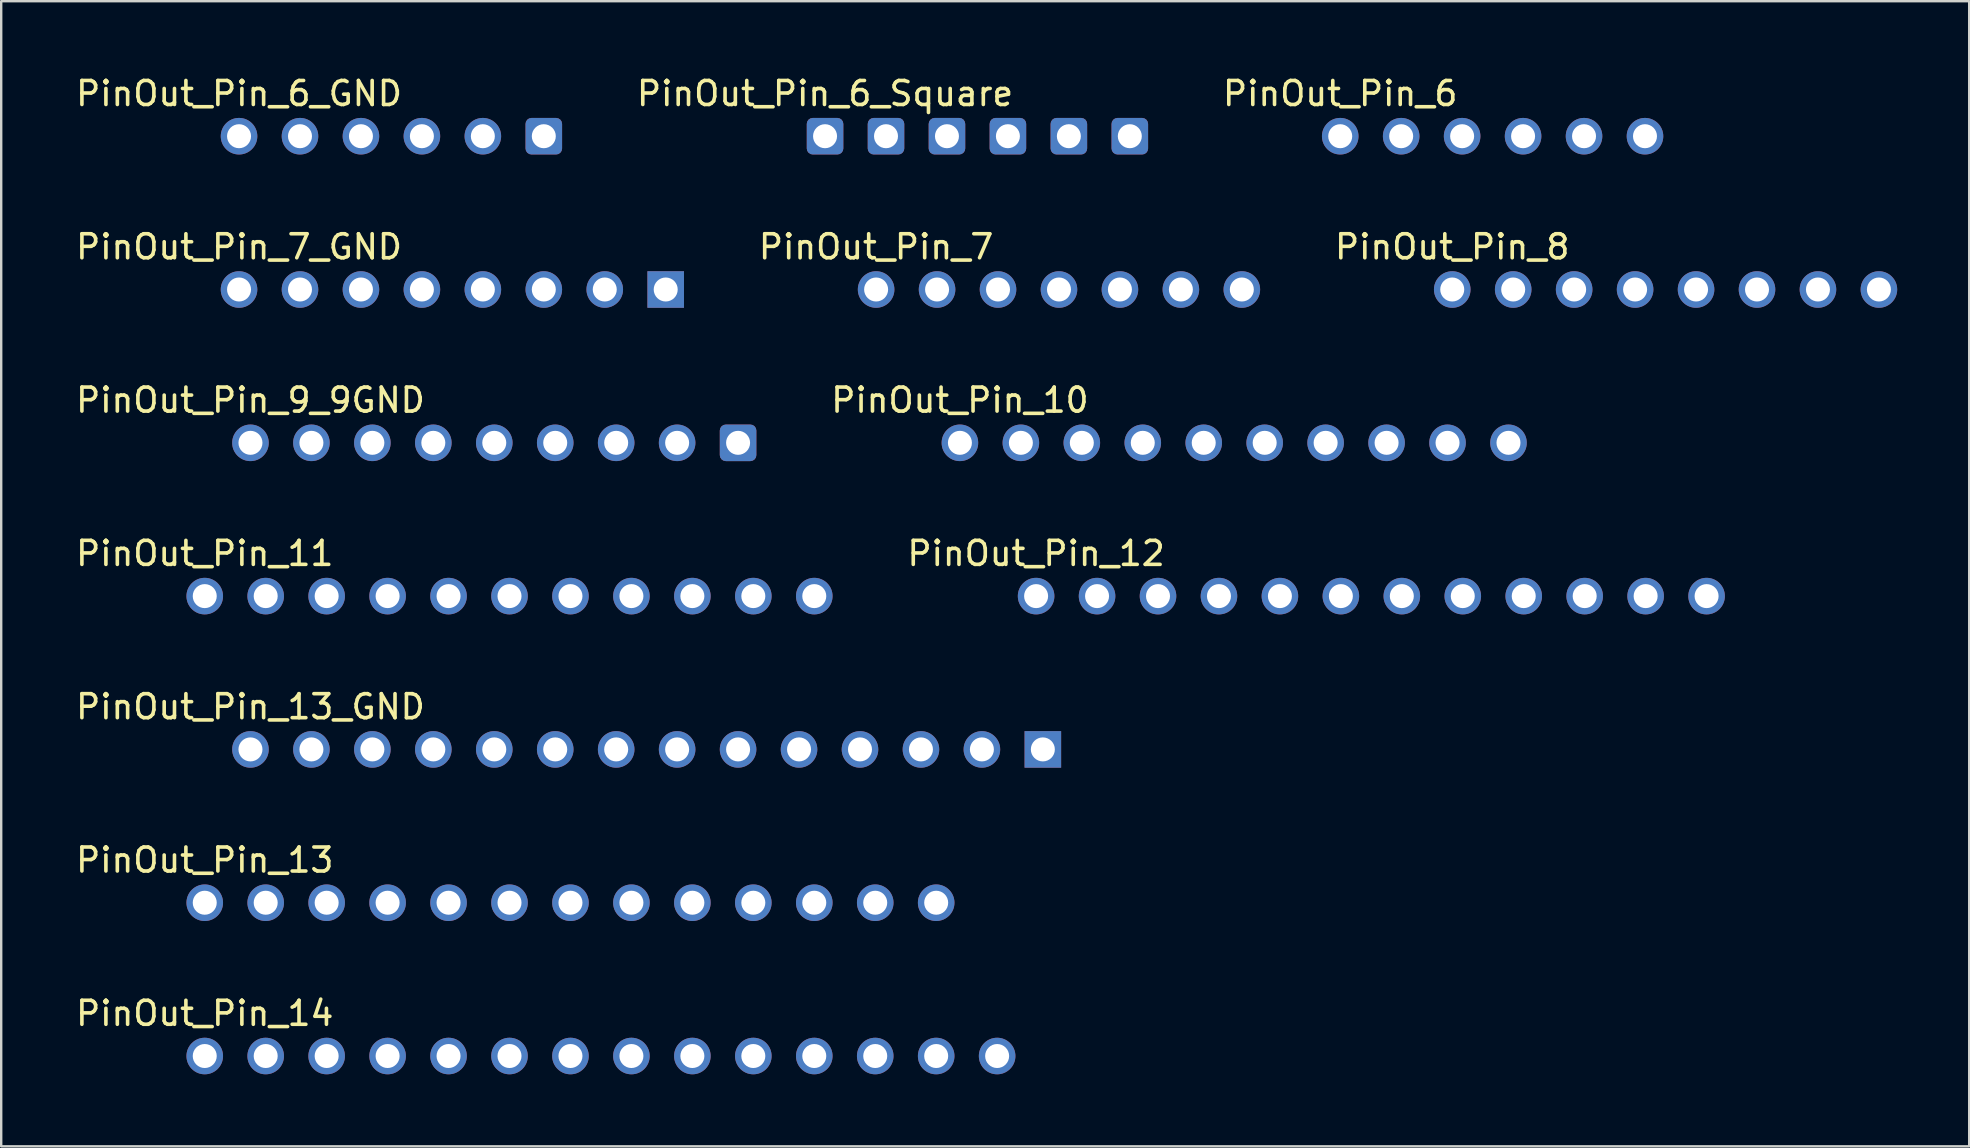
<source format=kicad_pcb>
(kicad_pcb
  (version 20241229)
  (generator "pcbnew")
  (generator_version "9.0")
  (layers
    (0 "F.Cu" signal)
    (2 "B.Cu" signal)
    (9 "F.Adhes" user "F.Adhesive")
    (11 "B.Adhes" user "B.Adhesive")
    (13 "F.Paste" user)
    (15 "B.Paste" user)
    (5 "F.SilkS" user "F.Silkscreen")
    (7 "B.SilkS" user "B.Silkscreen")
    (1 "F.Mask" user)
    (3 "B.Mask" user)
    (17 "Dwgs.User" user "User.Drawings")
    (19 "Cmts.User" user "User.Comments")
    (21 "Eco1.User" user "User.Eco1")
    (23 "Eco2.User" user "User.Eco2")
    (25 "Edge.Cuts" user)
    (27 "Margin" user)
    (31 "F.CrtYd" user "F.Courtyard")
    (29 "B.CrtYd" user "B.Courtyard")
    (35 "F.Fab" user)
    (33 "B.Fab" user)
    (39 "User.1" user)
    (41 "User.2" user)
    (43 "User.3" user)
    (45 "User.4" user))
  (footprint "PinOut_Pin_10"
    (layer "F.Cu")
    (at 36.951 15.403)
    (property "Reference" "PinOut_Pin_10" (at 0 -1.778 0) (layer "F.SilkS") (effects (font (size 1 1) (thickness 0.15))))
    (attr through_hole)
    (pad "1" thru_hole circle (at 0 0) (size 1.524 1.524) (drill 1) (layers "*.Cu" "*.Mask"))
    (pad "2" thru_hole circle (at 2.54 0) (size 1.524 1.524) (drill 1) (layers "*.Cu" "*.Mask"))
    (pad "3" thru_hole circle (at 5.08 0) (size 1.524 1.524) (drill 1) (layers "*.Cu" "*.Mask"))
    (pad "4" thru_hole circle (at 7.62 0) (size 1.524 1.524) (drill 1) (layers "*.Cu" "*.Mask"))
    (pad "5" thru_hole circle (at 10.16 0) (size 1.524 1.524) (drill 1) (layers "*.Cu" "*.Mask"))
    (pad "6" thru_hole circle (at 12.7 0) (size 1.524 1.524) (drill 1) (layers "*.Cu" "*.Mask"))
    (pad "7" thru_hole circle (at 15.24 0 270) (size 1.524 1.524) (drill 1) (layers "*.Cu" "*.Mask"))
    (pad "8" thru_hole circle (at 17.78 0) (size 1.524 1.524) (drill 1) (layers "*.Cu" "*.Mask"))
    (pad "9" thru_hole circle (at 20.32 0) (size 1.524 1.524) (drill 1) (layers "*.Cu" "*.Mask"))
    (pad "10" thru_hole circle (at 22.86 0) (size 1.524 1.524) (drill 1) (layers "*.Cu" "*.Mask")))
  (footprint "PinOut_Pin_6_GND"
    (layer "F.Cu")
    (at 6.911 2.626)
    (property "Reference" "PinOut_Pin_6_GND" (at 0 -1.778 0) (layer "F.SilkS") (effects (font (size 1 1) (thickness 0.15))))
    (attr through_hole)
    (pad "1" thru_hole circle (at 0 0) (size 1.524 1.524) (drill 1) (layers "*.Cu" "*.Mask"))
    (pad "2" thru_hole circle (at 2.54 0) (size 1.524 1.524) (drill 1) (layers "*.Cu" "*.Mask"))
    (pad "3" thru_hole circle (at 5.08 0) (size 1.524 1.524) (drill 1) (layers "*.Cu" "*.Mask"))
    (pad "4" thru_hole circle (at 7.62 0) (size 1.524 1.524) (drill 1) (layers "*.Cu" "*.Mask"))
    (pad "5" thru_hole circle (at 10.16 0) (size 1.524 1.524) (drill 1) (layers "*.Cu" "*.Mask"))
    (pad "6" thru_hole roundrect (at 12.7 0) (size 1.524 1.524) (drill 1) (layers "*.Cu" "*.Mask") (roundrect_rratio 0.164)))
  (footprint "PinOut_Pin_13_GND"
    (layer "F.Cu")
    (at 7.387 28.179)
    (property "Reference" "PinOut_Pin_13_GND" (at 0 -1.778 0) (layer "F.SilkS") (effects (font (size 1 1) (thickness 0.15))))
    (attr through_hole)
    (pad "1" thru_hole circle (at 0 0) (size 1.524 1.524) (drill 1) (layers "*.Cu" "*.Mask"))
    (pad "2" thru_hole circle (at 2.54 0) (size 1.524 1.524) (drill 1) (layers "*.Cu" "*.Mask"))
    (pad "3" thru_hole circle (at 5.08 0) (size 1.524 1.524) (drill 1) (layers "*.Cu" "*.Mask"))
    (pad "4" thru_hole circle (at 7.62 0) (size 1.524 1.524) (drill 1) (layers "*.Cu" "*.Mask"))
    (pad "5" thru_hole circle (at 10.16 0) (size 1.524 1.524) (drill 1) (layers "*.Cu" "*.Mask"))
    (pad "6" thru_hole circle (at 12.7 0) (size 1.524 1.524) (drill 1) (layers "*.Cu" "*.Mask"))
    (pad "7" thru_hole circle (at 15.24 0 270) (size 1.524 1.524) (drill 1) (layers "*.Cu" "*.Mask"))
    (pad "8" thru_hole circle (at 17.78 0) (size 1.524 1.524) (drill 1) (layers "*.Cu" "*.Mask"))
    (pad "9" thru_hole circle (at 20.32 0) (size 1.524 1.524) (drill 1) (layers "*.Cu" "*.Mask"))
    (pad "10" thru_hole circle (at 22.86 0) (size 1.524 1.524) (drill 1) (layers "*.Cu" "*.Mask"))
    (pad "11" thru_hole circle (at 25.4 0) (size 1.524 1.524) (drill 1) (layers "*.Cu" "*.Mask"))
    (pad "12" thru_hole circle (at 27.94 0) (size 1.524 1.524) (drill 1) (layers "*.Cu" "*.Mask"))
    (pad "13" thru_hole circle (at 30.48 0) (size 1.524 1.524) (drill 1) (layers "*.Cu" "*.Mask"))
    (pad "14" thru_hole rect (at 33.02 0) (size 1.524 1.524) (drill 1) (layers "*.Cu" "*.Mask")))
  (footprint "PinOut_Pin_14"
    (layer "F.Cu")
    (at 5.482 40.956)
    (property "Reference" "PinOut_Pin_14" (at 0 -1.778 0) (layer "F.SilkS") (effects (font (size 1 1) (thickness 0.15))))
    (attr through_hole)
    (pad "1" thru_hole circle (at 0 0) (size 1.524 1.524) (drill 1) (layers "*.Cu" "*.Mask"))
    (pad "2" thru_hole circle (at 2.54 0) (size 1.524 1.524) (drill 1) (layers "*.Cu" "*.Mask"))
    (pad "3" thru_hole circle (at 5.08 0) (size 1.524 1.524) (drill 1) (layers "*.Cu" "*.Mask"))
    (pad "4" thru_hole circle (at 7.62 0) (size 1.524 1.524) (drill 1) (layers "*.Cu" "*.Mask"))
    (pad "5" thru_hole circle (at 10.16 0) (size 1.524 1.524) (drill 1) (layers "*.Cu" "*.Mask"))
    (pad "6" thru_hole circle (at 12.7 0) (size 1.524 1.524) (drill 1) (layers "*.Cu" "*.Mask"))
    (pad "7" thru_hole circle (at 15.24 0 270) (size 1.524 1.524) (drill 1) (layers "*.Cu" "*.Mask"))
    (pad "8" thru_hole circle (at 17.78 0) (size 1.524 1.524) (drill 1) (layers "*.Cu" "*.Mask"))
    (pad "9" thru_hole circle (at 20.32 0) (size 1.524 1.524) (drill 1) (layers "*.Cu" "*.Mask"))
    (pad "10" thru_hole circle (at 22.86 0) (size 1.524 1.524) (drill 1) (layers "*.Cu" "*.Mask"))
    (pad "11" thru_hole circle (at 25.4 0) (size 1.524 1.524) (drill 1) (layers "*.Cu" "*.Mask"))
    (pad "12" thru_hole circle (at 27.94 0) (size 1.524 1.524) (drill 1) (layers "*.Cu" "*.Mask"))
    (pad "13" thru_hole circle (at 30.48 0) (size 1.524 1.524) (drill 1) (layers "*.Cu" "*.Mask"))
    (pad "14" thru_hole circle (at 33.02 0) (size 1.524 1.524) (drill 1) (layers "*.Cu" "*.Mask")))
  (footprint "PinOut_Pin_13"
    (layer "F.Cu")
    (at 5.482 34.568)
    (property "Reference" "PinOut_Pin_13" (at 0 -1.778 0) (layer "F.SilkS") (effects (font (size 1 1) (thickness 0.15))))
    (attr through_hole)
    (pad "1" thru_hole circle (at 0 0) (size 1.524 1.524) (drill 1) (layers "*.Cu" "*.Mask"))
    (pad "2" thru_hole circle (at 2.54 0) (size 1.524 1.524) (drill 1) (layers "*.Cu" "*.Mask"))
    (pad "3" thru_hole circle (at 5.08 0) (size 1.524 1.524) (drill 1) (layers "*.Cu" "*.Mask"))
    (pad "4" thru_hole circle (at 7.62 0) (size 1.524 1.524) (drill 1) (layers "*.Cu" "*.Mask"))
    (pad "5" thru_hole circle (at 10.16 0) (size 1.524 1.524) (drill 1) (layers "*.Cu" "*.Mask"))
    (pad "6" thru_hole circle (at 12.7 0) (size 1.524 1.524) (drill 1) (layers "*.Cu" "*.Mask"))
    (pad "7" thru_hole circle (at 15.24 0 270) (size 1.524 1.524) (drill 1) (layers "*.Cu" "*.Mask"))
    (pad "8" thru_hole circle (at 17.78 0) (size 1.524 1.524) (drill 1) (layers "*.Cu" "*.Mask"))
    (pad "9" thru_hole circle (at 20.32 0) (size 1.524 1.524) (drill 1) (layers "*.Cu" "*.Mask"))
    (pad "10" thru_hole circle (at 22.86 0) (size 1.524 1.524) (drill 1) (layers "*.Cu" "*.Mask"))
    (pad "11" thru_hole circle (at 25.4 0) (size 1.524 1.524) (drill 1) (layers "*.Cu" "*.Mask"))
    (pad "12" thru_hole circle (at 27.94 0) (size 1.524 1.524) (drill 1) (layers "*.Cu" "*.Mask"))
    (pad "13" thru_hole circle (at 30.48 0) (size 1.524 1.524) (drill 1) (layers "*.Cu" "*.Mask")))
  (footprint "PinOut_Pin_6_Square"
    (layer "F.Cu")
    (at 31.331 2.626)
    (property "Reference" "PinOut_Pin_6_Square" (at 0 -1.778 0) (layer "F.SilkS") (effects (font (size 1 1) (thickness 0.15))))
    (attr through_hole)
    (pad "1" thru_hole roundrect (at 0 0) (size 1.524 1.524) (drill 1) (layers "*.Cu" "*.Mask") (roundrect_rratio 0.164))
    (pad "2" thru_hole roundrect (at 2.54 0) (size 1.524 1.524) (drill 1) (layers "*.Cu" "*.Mask") (roundrect_rratio 0.164))
    (pad "3" thru_hole roundrect (at 5.08 0) (size 1.524 1.524) (drill 1) (layers "*.Cu" "*.Mask") (roundrect_rratio 0.164))
    (pad "4" thru_hole roundrect (at 7.62 0) (size 1.524 1.524) (drill 1) (layers "*.Cu" "*.Mask") (roundrect_rratio 0.164))
    (pad "5" thru_hole roundrect (at 10.16 0) (size 1.524 1.524) (drill 1) (layers "*.Cu" "*.Mask") (roundrect_rratio 0.164))
    (pad "6" thru_hole roundrect (at 12.7 0) (size 1.524 1.524) (drill 1) (layers "*.Cu" "*.Mask") (roundrect_rratio 0.164)))
  (footprint "PinOut_Pin_9_9GND"
    (layer "F.Cu")
    (at 7.387 15.403)
    (property "Reference" "PinOut_Pin_9_9GND" (at 0 -1.778 0) (layer "F.SilkS") (effects (font (size 1 1) (thickness 0.15))))
    (attr through_hole)
    (pad "1" thru_hole circle (at 0 0) (size 1.524 1.524) (drill 1) (layers "*.Cu" "*.Mask"))
    (pad "2" thru_hole circle (at 2.54 0) (size 1.524 1.524) (drill 1) (layers "*.Cu" "*.Mask"))
    (pad "3" thru_hole circle (at 5.08 0) (size 1.524 1.524) (drill 1) (layers "*.Cu" "*.Mask"))
    (pad "4" thru_hole circle (at 7.62 0) (size 1.524 1.524) (drill 1) (layers "*.Cu" "*.Mask"))
    (pad "5" thru_hole circle (at 10.16 0) (size 1.524 1.524) (drill 1) (layers "*.Cu" "*.Mask"))
    (pad "6" thru_hole circle (at 12.7 0) (size 1.524 1.524) (drill 1) (layers "*.Cu" "*.Mask"))
    (pad "7" thru_hole circle (at 15.24 0 270) (size 1.524 1.524) (drill 1) (layers "*.Cu" "*.Mask"))
    (pad "8" thru_hole circle (at 17.78 0) (size 1.524 1.524) (drill 1) (layers "*.Cu" "*.Mask"))
    (pad "9" thru_hole roundrect (at 20.32 0) (size 1.524 1.524) (drill 1) (layers "*.Cu" "*.Mask") (roundrect_rratio 0.164)))
  (footprint "PinOut_Pin_6"
    (layer "F.Cu")
    (at 52.799 2.626)
    (property "Reference" "PinOut_Pin_6" (at 0 -1.778 0) (layer "F.SilkS") (effects (font (size 1 1) (thickness 0.15))))
    (attr through_hole)
    (pad "1" thru_hole circle (at 0 0) (size 1.524 1.524) (drill 1) (layers "*.Cu" "*.Mask"))
    (pad "2" thru_hole circle (at 2.54 0) (size 1.524 1.524) (drill 1) (layers "*.Cu" "*.Mask"))
    (pad "3" thru_hole circle (at 5.08 0) (size 1.524 1.524) (drill 1) (layers "*.Cu" "*.Mask"))
    (pad "4" thru_hole circle (at 7.62 0) (size 1.524 1.524) (drill 1) (layers "*.Cu" "*.Mask"))
    (pad "5" thru_hole circle (at 10.16 0) (size 1.524 1.524) (drill 1) (layers "*.Cu" "*.Mask"))
    (pad "6" thru_hole circle (at 12.7 0) (size 1.524 1.524) (drill 1) (layers "*.Cu" "*.Mask")))
  (footprint "PinOut_Pin_11"
    (layer "F.Cu")
    (at 5.482 21.791)
    (property "Reference" "PinOut_Pin_11" (at 0 -1.778 0) (layer "F.SilkS") (effects (font (size 1 1) (thickness 0.15))))
    (attr through_hole)
    (pad "1" thru_hole circle (at 0 0) (size 1.524 1.524) (drill 1) (layers "*.Cu" "*.Mask"))
    (pad "2" thru_hole circle (at 2.54 0) (size 1.524 1.524) (drill 1) (layers "*.Cu" "*.Mask"))
    (pad "3" thru_hole circle (at 5.08 0) (size 1.524 1.524) (drill 1) (layers "*.Cu" "*.Mask"))
    (pad "4" thru_hole circle (at 7.62 0) (size 1.524 1.524) (drill 1) (layers "*.Cu" "*.Mask"))
    (pad "5" thru_hole circle (at 10.16 0) (size 1.524 1.524) (drill 1) (layers "*.Cu" "*.Mask"))
    (pad "6" thru_hole circle (at 12.7 0) (size 1.524 1.524) (drill 1) (layers "*.Cu" "*.Mask"))
    (pad "7" thru_hole circle (at 15.24 0 270) (size 1.524 1.524) (drill 1) (layers "*.Cu" "*.Mask"))
    (pad "8" thru_hole circle (at 17.78 0) (size 1.524 1.524) (drill 1) (layers "*.Cu" "*.Mask"))
    (pad "9" thru_hole circle (at 20.32 0) (size 1.524 1.524) (drill 1) (layers "*.Cu" "*.Mask"))
    (pad "10" thru_hole circle (at 22.86 0) (size 1.524 1.524) (drill 1) (layers "*.Cu" "*.Mask"))
    (pad "11" thru_hole circle (at 25.4 0) (size 1.524 1.524) (drill 1) (layers "*.Cu" "*.Mask")))
  (footprint "PinOut_Pin_12"
    (layer "F.Cu")
    (at 40.126 21.791)
    (property "Reference" "PinOut_Pin_12" (at 0 -1.778 0) (layer "F.SilkS") (effects (font (size 1 1) (thickness 0.15))))
    (attr through_hole)
    (pad "1" thru_hole circle (at 0 0) (size 1.524 1.524) (drill 1) (layers "*.Cu" "*.Mask"))
    (pad "2" thru_hole circle (at 2.54 0) (size 1.524 1.524) (drill 1) (layers "*.Cu" "*.Mask"))
    (pad "3" thru_hole circle (at 5.08 0) (size 1.524 1.524) (drill 1) (layers "*.Cu" "*.Mask"))
    (pad "4" thru_hole circle (at 7.62 0) (size 1.524 1.524) (drill 1) (layers "*.Cu" "*.Mask"))
    (pad "5" thru_hole circle (at 10.16 0) (size 1.524 1.524) (drill 1) (layers "*.Cu" "*.Mask"))
    (pad "6" thru_hole circle (at 12.7 0) (size 1.524 1.524) (drill 1) (layers "*.Cu" "*.Mask"))
    (pad "7" thru_hole circle (at 15.24 0 270) (size 1.524 1.524) (drill 1) (layers "*.Cu" "*.Mask"))
    (pad "8" thru_hole circle (at 17.78 0) (size 1.524 1.524) (drill 1) (layers "*.Cu" "*.Mask"))
    (pad "9" thru_hole circle (at 20.32 0) (size 1.524 1.524) (drill 1) (layers "*.Cu" "*.Mask"))
    (pad "10" thru_hole circle (at 22.86 0) (size 1.524 1.524) (drill 1) (layers "*.Cu" "*.Mask"))
    (pad "11" thru_hole circle (at 25.4 0) (size 1.524 1.524) (drill 1) (layers "*.Cu" "*.Mask"))
    (pad "12" thru_hole circle (at 27.94 0) (size 1.524 1.524) (drill 1) (layers "*.Cu" "*.Mask")))
  (footprint "PinOut_Pin_7_GND"
    (layer "F.Cu")
    (at 6.911 9.014)
    (property "Reference" "PinOut_Pin_7_GND" (at 0 -1.778 0) (layer "F.SilkS") (effects (font (size 1 1) (thickness 0.15))))
    (attr through_hole)
    (pad "1" thru_hole circle (at 0 0) (size 1.524 1.524) (drill 1) (layers "*.Cu" "*.Mask"))
    (pad "2" thru_hole circle (at 2.54 0) (size 1.524 1.524) (drill 1) (layers "*.Cu" "*.Mask"))
    (pad "3" thru_hole circle (at 5.08 0) (size 1.524 1.524) (drill 1) (layers "*.Cu" "*.Mask"))
    (pad "4" thru_hole circle (at 7.62 0) (size 1.524 1.524) (drill 1) (layers "*.Cu" "*.Mask"))
    (pad "5" thru_hole circle (at 10.16 0) (size 1.524 1.524) (drill 1) (layers "*.Cu" "*.Mask"))
    (pad "6" thru_hole circle (at 12.7 0) (size 1.524 1.524) (drill 1) (layers "*.Cu" "*.Mask"))
    (pad "7" thru_hole circle (at 15.24 0 270) (size 1.524 1.524) (drill 1) (layers "*.Cu" "*.Mask"))
    (pad "8" thru_hole rect (at 17.78 0) (size 1.524 1.524) (drill 1) (layers "*.Cu" "*.Mask")))
  (footprint "PinOut_Pin_7"
    (layer "F.Cu")
    (at 33.459 9.014)
    (property "Reference" "PinOut_Pin_7" (at 0 -1.778 0) (layer "F.SilkS") (effects (font (size 1 1) (thickness 0.15))))
    (attr through_hole)
    (pad "1" thru_hole circle (at 0 0) (size 1.524 1.524) (drill 1) (layers "*.Cu" "*.Mask"))
    (pad "2" thru_hole circle (at 2.54 0) (size 1.524 1.524) (drill 1) (layers "*.Cu" "*.Mask"))
    (pad "3" thru_hole circle (at 5.08 0) (size 1.524 1.524) (drill 1) (layers "*.Cu" "*.Mask"))
    (pad "4" thru_hole circle (at 7.62 0) (size 1.524 1.524) (drill 1) (layers "*.Cu" "*.Mask"))
    (pad "5" thru_hole circle (at 10.16 0) (size 1.524 1.524) (drill 1) (layers "*.Cu" "*.Mask"))
    (pad "6" thru_hole circle (at 12.7 0) (size 1.524 1.524) (drill 1) (layers "*.Cu" "*.Mask"))
    (pad "7" thru_hole circle (at 15.24 0 270) (size 1.524 1.524) (drill 1) (layers "*.Cu" "*.Mask")))
  (footprint "PinOut_Pin_8"
    (layer "F.Cu")
    (at 57.467 9.014)
    (property "Reference" "PinOut_Pin_8" (at 0 -1.778 0) (layer "F.SilkS") (effects (font (size 1 1) (thickness 0.15))))
    (attr through_hole)
    (pad "1" thru_hole circle (at 0 0) (size 1.524 1.524) (drill 1) (layers "*.Cu" "*.Mask"))
    (pad "2" thru_hole circle (at 2.54 0) (size 1.524 1.524) (drill 1) (layers "*.Cu" "*.Mask"))
    (pad "3" thru_hole circle (at 5.08 0) (size 1.524 1.524) (drill 1) (layers "*.Cu" "*.Mask"))
    (pad "4" thru_hole circle (at 7.62 0) (size 1.524 1.524) (drill 1) (layers "*.Cu" "*.Mask"))
    (pad "5" thru_hole circle (at 10.16 0) (size 1.524 1.524) (drill 1) (layers "*.Cu" "*.Mask"))
    (pad "6" thru_hole circle (at 12.7 0) (size 1.524 1.524) (drill 1) (layers "*.Cu" "*.Mask"))
    (pad "7" thru_hole circle (at 15.24 0 270) (size 1.524 1.524) (drill 1) (layers "*.Cu" "*.Mask"))
    (pad "8" thru_hole circle (at 17.78 0) (size 1.524 1.524) (drill 1) (layers "*.Cu" "*.Mask")))
  (gr_rect
    (start -3 -3)
    (end 79.009 44.718)
    (stroke (width 0.1) (type default))
    (fill no)
    (layer "Edge.Cuts")))
</source>
